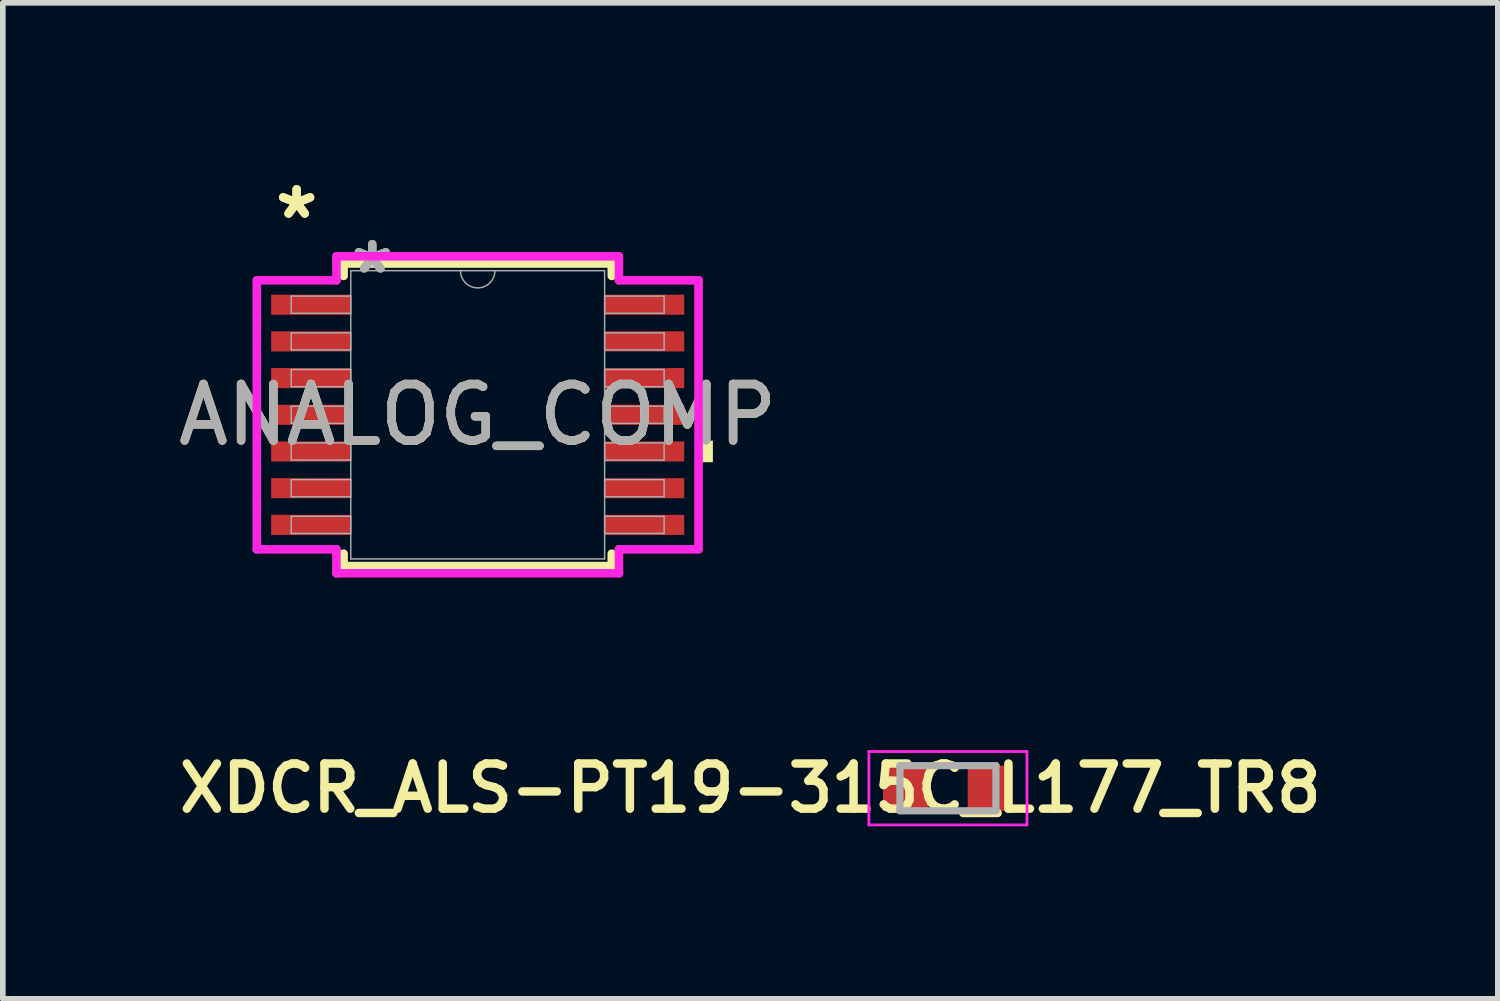
<source format=kicad_pcb>
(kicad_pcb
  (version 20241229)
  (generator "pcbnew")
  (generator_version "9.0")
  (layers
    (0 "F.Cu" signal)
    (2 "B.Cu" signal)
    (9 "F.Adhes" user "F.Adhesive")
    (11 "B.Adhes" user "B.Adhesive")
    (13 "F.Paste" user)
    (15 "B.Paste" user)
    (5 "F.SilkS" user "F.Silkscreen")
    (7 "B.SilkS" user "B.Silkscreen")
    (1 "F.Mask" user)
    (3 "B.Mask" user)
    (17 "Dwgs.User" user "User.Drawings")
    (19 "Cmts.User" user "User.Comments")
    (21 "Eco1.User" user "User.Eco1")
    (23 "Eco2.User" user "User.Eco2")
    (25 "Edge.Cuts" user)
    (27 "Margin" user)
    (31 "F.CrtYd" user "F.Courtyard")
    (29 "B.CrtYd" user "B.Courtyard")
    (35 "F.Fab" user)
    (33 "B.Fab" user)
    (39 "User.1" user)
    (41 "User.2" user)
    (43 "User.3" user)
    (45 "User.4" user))
  (footprint "ANALOG_COMP"
    (layer "F.Cu")
    (at 5.411 4.297)
    (property "Reference" "ANALOG_COMP" (at 0 0 0) (unlocked yes) (layer "F.SilkS") (effects (font (size 1 1) (thickness 0.15))))
    (attr smd)
    (fp_line (start -2.375 -2.68) (end -2.375 -2.46) (stroke (width 0.152) (type solid)) (layer "F.SilkS"))
    (fp_line (start -2.375 2.46) (end -2.375 2.68) (stroke (width 0.152) (type solid)) (layer "F.SilkS"))
    (fp_line (start -2.375 2.68) (end 2.375 2.68) (stroke (width 0.152) (type solid)) (layer "F.SilkS"))
    (fp_line (start 2.375 -2.68) (end -2.375 -2.68) (stroke (width 0.152) (type solid)) (layer "F.SilkS"))
    (fp_line (start 2.375 -2.46) (end 2.375 -2.68) (stroke (width 0.152) (type solid)) (layer "F.SilkS"))
    (fp_line (start 2.375 2.68) (end 2.375 2.46) (stroke (width 0.152) (type solid)) (layer "F.SilkS"))
    (fp_poly (pts (xy 4.166 0.459) (xy 4.166 0.84) (xy 3.912 0.84) (xy 3.912 0.459)) (stroke (width 0) (type solid)) (fill yes) (layer "F.SilkS"))
    (fp_line (start -3.912 -2.382) (end -2.502 -2.382) (stroke (width 0.152) (type solid)) (layer "F.CrtYd"))
    (fp_line (start -3.912 2.382) (end -3.912 -2.382) (stroke (width 0.152) (type solid)) (layer "F.CrtYd"))
    (fp_line (start -3.912 2.382) (end -2.502 2.382) (stroke (width 0.152) (type solid)) (layer "F.CrtYd"))
    (fp_line (start -2.502 -2.807) (end 2.502 -2.807) (stroke (width 0.152) (type solid)) (layer "F.CrtYd"))
    (fp_line (start -2.502 -2.382) (end -2.502 -2.807) (stroke (width 0.152) (type solid)) (layer "F.CrtYd"))
    (fp_line (start -2.502 2.807) (end -2.502 2.382) (stroke (width 0.152) (type solid)) (layer "F.CrtYd"))
    (fp_line (start 2.502 -2.807) (end 2.502 -2.382) (stroke (width 0.152) (type solid)) (layer "F.CrtYd"))
    (fp_line (start 2.502 2.382) (end 2.502 2.807) (stroke (width 0.152) (type solid)) (layer "F.CrtYd"))
    (fp_line (start 2.502 2.807) (end -2.502 2.807) (stroke (width 0.152) (type solid)) (layer "F.CrtYd"))
    (fp_line (start 3.912 -2.382) (end 2.502 -2.382) (stroke (width 0.152) (type solid)) (layer "F.CrtYd"))
    (fp_line (start 3.912 -2.382) (end 3.912 2.382) (stroke (width 0.152) (type solid)) (layer "F.CrtYd"))
    (fp_line (start 3.912 2.382) (end 2.502 2.382) (stroke (width 0.152) (type solid)) (layer "F.CrtYd"))
    (fp_line (start -3.302 -2.102) (end -3.302 -1.798) (stroke (width 0.025) (type solid)) (layer "F.Fab"))
    (fp_line (start -3.302 -1.798) (end -2.248 -1.798) (stroke (width 0.025) (type solid)) (layer "F.Fab"))
    (fp_line (start -3.302 -1.452) (end -3.302 -1.148) (stroke (width 0.025) (type solid)) (layer "F.Fab"))
    (fp_line (start -3.302 -1.148) (end -2.248 -1.148) (stroke (width 0.025) (type solid)) (layer "F.Fab"))
    (fp_line (start -3.302 -0.802) (end -3.302 -0.498) (stroke (width 0.025) (type solid)) (layer "F.Fab"))
    (fp_line (start -3.302 -0.498) (end -2.248 -0.498) (stroke (width 0.025) (type solid)) (layer "F.Fab"))
    (fp_line (start -3.302 -0.152) (end -3.302 0.152) (stroke (width 0.025) (type solid)) (layer "F.Fab"))
    (fp_line (start -3.302 0.152) (end -2.248 0.152) (stroke (width 0.025) (type solid)) (layer "F.Fab"))
    (fp_line (start -3.302 0.498) (end -3.302 0.802) (stroke (width 0.025) (type solid)) (layer "F.Fab"))
    (fp_line (start -3.302 0.802) (end -2.248 0.802) (stroke (width 0.025) (type solid)) (layer "F.Fab"))
    (fp_line (start -3.302 1.148) (end -3.302 1.452) (stroke (width 0.025) (type solid)) (layer "F.Fab"))
    (fp_line (start -3.302 1.452) (end -2.248 1.452) (stroke (width 0.025) (type solid)) (layer "F.Fab"))
    (fp_line (start -3.302 1.798) (end -3.302 2.102) (stroke (width 0.025) (type solid)) (layer "F.Fab"))
    (fp_line (start -3.302 2.102) (end -2.248 2.102) (stroke (width 0.025) (type solid)) (layer "F.Fab"))
    (fp_line (start -2.248 -2.553) (end -2.248 2.553) (stroke (width 0.025) (type solid)) (layer "F.Fab"))
    (fp_line (start -2.248 -2.102) (end -3.302 -2.102) (stroke (width 0.025) (type solid)) (layer "F.Fab"))
    (fp_line (start -2.248 -1.798) (end -2.248 -2.102) (stroke (width 0.025) (type solid)) (layer "F.Fab"))
    (fp_line (start -2.248 -1.452) (end -3.302 -1.452) (stroke (width 0.025) (type solid)) (layer "F.Fab"))
    (fp_line (start -2.248 -1.148) (end -2.248 -1.452) (stroke (width 0.025) (type solid)) (layer "F.Fab"))
    (fp_line (start -2.248 -0.802) (end -3.302 -0.802) (stroke (width 0.025) (type solid)) (layer "F.Fab"))
    (fp_line (start -2.248 -0.498) (end -2.248 -0.802) (stroke (width 0.025) (type solid)) (layer "F.Fab"))
    (fp_line (start -2.248 -0.152) (end -3.302 -0.152) (stroke (width 0.025) (type solid)) (layer "F.Fab"))
    (fp_line (start -2.248 0.152) (end -2.248 -0.152) (stroke (width 0.025) (type solid)) (layer "F.Fab"))
    (fp_line (start -2.248 0.498) (end -3.302 0.498) (stroke (width 0.025) (type solid)) (layer "F.Fab"))
    (fp_line (start -2.248 0.802) (end -2.248 0.498) (stroke (width 0.025) (type solid)) (layer "F.Fab"))
    (fp_line (start -2.248 1.148) (end -3.302 1.148) (stroke (width 0.025) (type solid)) (layer "F.Fab"))
    (fp_line (start -2.248 1.452) (end -2.248 1.148) (stroke (width 0.025) (type solid)) (layer "F.Fab"))
    (fp_line (start -2.248 1.798) (end -3.302 1.798) (stroke (width 0.025) (type solid)) (layer "F.Fab"))
    (fp_line (start -2.248 2.102) (end -2.248 1.798) (stroke (width 0.025) (type solid)) (layer "F.Fab"))
    (fp_line (start -2.248 2.553) (end 2.248 2.553) (stroke (width 0.025) (type solid)) (layer "F.Fab"))
    (fp_line (start 2.248 -2.553) (end -2.248 -2.553) (stroke (width 0.025) (type solid)) (layer "F.Fab"))
    (fp_line (start 2.248 -2.102) (end 2.248 -1.798) (stroke (width 0.025) (type solid)) (layer "F.Fab"))
    (fp_line (start 2.248 -1.798) (end 3.302 -1.798) (stroke (width 0.025) (type solid)) (layer "F.Fab"))
    (fp_line (start 2.248 -1.452) (end 2.248 -1.148) (stroke (width 0.025) (type solid)) (layer "F.Fab"))
    (fp_line (start 2.248 -1.148) (end 3.302 -1.148) (stroke (width 0.025) (type solid)) (layer "F.Fab"))
    (fp_line (start 2.248 -0.802) (end 2.248 -0.498) (stroke (width 0.025) (type solid)) (layer "F.Fab"))
    (fp_line (start 2.248 -0.498) (end 3.302 -0.498) (stroke (width 0.025) (type solid)) (layer "F.Fab"))
    (fp_line (start 2.248 -0.152) (end 2.248 0.152) (stroke (width 0.025) (type solid)) (layer "F.Fab"))
    (fp_line (start 2.248 0.152) (end 3.302 0.152) (stroke (width 0.025) (type solid)) (layer "F.Fab"))
    (fp_line (start 2.248 0.498) (end 2.248 0.802) (stroke (width 0.025) (type solid)) (layer "F.Fab"))
    (fp_line (start 2.248 0.802) (end 3.302 0.802) (stroke (width 0.025) (type solid)) (layer "F.Fab"))
    (fp_line (start 2.248 1.148) (end 2.248 1.452) (stroke (width 0.025) (type solid)) (layer "F.Fab"))
    (fp_line (start 2.248 1.452) (end 3.302 1.452) (stroke (width 0.025) (type solid)) (layer "F.Fab"))
    (fp_line (start 2.248 1.798) (end 2.248 2.102) (stroke (width 0.025) (type solid)) (layer "F.Fab"))
    (fp_line (start 2.248 2.102) (end 3.302 2.102) (stroke (width 0.025) (type solid)) (layer "F.Fab"))
    (fp_line (start 2.248 2.553) (end 2.248 -2.553) (stroke (width 0.025) (type solid)) (layer "F.Fab"))
    (fp_line (start 3.302 -2.102) (end 2.248 -2.102) (stroke (width 0.025) (type solid)) (layer "F.Fab"))
    (fp_line (start 3.302 -1.798) (end 3.302 -2.102) (stroke (width 0.025) (type solid)) (layer "F.Fab"))
    (fp_line (start 3.302 -1.452) (end 2.248 -1.452) (stroke (width 0.025) (type solid)) (layer "F.Fab"))
    (fp_line (start 3.302 -1.148) (end 3.302 -1.452) (stroke (width 0.025) (type solid)) (layer "F.Fab"))
    (fp_line (start 3.302 -0.802) (end 2.248 -0.802) (stroke (width 0.025) (type solid)) (layer "F.Fab"))
    (fp_line (start 3.302 -0.498) (end 3.302 -0.802) (stroke (width 0.025) (type solid)) (layer "F.Fab"))
    (fp_line (start 3.302 -0.152) (end 2.248 -0.152) (stroke (width 0.025) (type solid)) (layer "F.Fab"))
    (fp_line (start 3.302 0.152) (end 3.302 -0.152) (stroke (width 0.025) (type solid)) (layer "F.Fab"))
    (fp_line (start 3.302 0.498) (end 2.248 0.498) (stroke (width 0.025) (type solid)) (layer "F.Fab"))
    (fp_line (start 3.302 0.802) (end 3.302 0.498) (stroke (width 0.025) (type solid)) (layer "F.Fab"))
    (fp_line (start 3.302 1.148) (end 2.248 1.148) (stroke (width 0.025) (type solid)) (layer "F.Fab"))
    (fp_line (start 3.302 1.452) (end 3.302 1.148) (stroke (width 0.025) (type solid)) (layer "F.Fab"))
    (fp_line (start 3.302 1.798) (end 2.248 1.798) (stroke (width 0.025) (type solid)) (layer "F.Fab"))
    (fp_line (start 3.302 2.102) (end 3.302 1.798) (stroke (width 0.025) (type solid)) (layer "F.Fab"))
    (fp_arc (start 0.3048 -2.5527) (mid 0 -2.2479) (end -0.3048 -2.5527) (stroke (width 0.0254) (type solid)) (layer "F.Fab"))
    (fp_text user "*" (at -3.207 -3.449 0) (layer "F.SilkS") (effects (font (size 1 1) (thickness 0.15))))
    (fp_text user "*" (at -3.207 -3.449 0) (unlocked yes) (layer "F.SilkS") (effects (font (size 1 1) (thickness 0.15))))
    (fp_text user "*" (at -1.867 -2.477 0) (unlocked yes) (layer "F.Fab") (effects (font (size 1 1) (thickness 0.15))))
    (fp_text user "*" (at -1.867 -2.477 0) (layer "F.Fab") (effects (font (size 1 1) (thickness 0.15))))
    (fp_text user "${REFERENCE}" (at 0 0 0) (unlocked yes) (layer "F.Fab") (effects (font (size 1 1) (thickness 0.15))))
    (pad "1" smd rect (at -2.953 -1.95) (size 1.41 0.356) (layers "F.Cu" "F.Mask" "F.Paste"))
    (pad "2" smd rect (at -2.953 -1.3) (size 1.41 0.356) (layers "F.Cu" "F.Mask" "F.Paste"))
    (pad "3" smd rect (at -2.953 -0.65) (size 1.41 0.356) (layers "F.Cu" "F.Mask" "F.Paste"))
    (pad "4" smd rect (at -2.953 0) (size 1.41 0.356) (layers "F.Cu" "F.Mask" "F.Paste"))
    (pad "5" smd rect (at -2.953 0.65) (size 1.41 0.356) (layers "F.Cu" "F.Mask" "F.Paste"))
    (pad "6" smd rect (at -2.953 1.3) (size 1.41 0.356) (layers "F.Cu" "F.Mask" "F.Paste"))
    (pad "7" smd rect (at -2.953 1.95) (size 1.41 0.356) (layers "F.Cu" "F.Mask" "F.Paste"))
    (pad "8" smd rect (at 2.953 1.95) (size 1.41 0.356) (layers "F.Cu" "F.Mask" "F.Paste"))
    (pad "9" smd rect (at 2.953 1.3) (size 1.41 0.356) (layers "F.Cu" "F.Mask" "F.Paste"))
    (pad "10" smd rect (at 2.953 0.65) (size 1.41 0.356) (layers "F.Cu" "F.Mask" "F.Paste"))
    (pad "11" smd rect (at 2.953 0) (size 1.41 0.356) (layers "F.Cu" "F.Mask" "F.Paste"))
    (pad "12" smd rect (at 2.953 -0.65) (size 1.41 0.356) (layers "F.Cu" "F.Mask" "F.Paste"))
    (pad "13" smd rect (at 2.953 -1.3) (size 1.41 0.356) (layers "F.Cu" "F.Mask" "F.Paste"))
    (pad "14" smd rect (at 2.953 -1.95) (size 1.41 0.356) (layers "F.Cu" "F.Mask" "F.Paste")))
  (footprint "XDCR_ALS-PT19-315C_L177_TR8"
    (layer "F.Cu")
    (at 13.74 10.911)
    (property "Reference" "XDCR_ALS-PT19-315C_L177_TR8" (at -3.5 0 0) (layer "F.SilkS") (effects (font (size 0.8 0.8) (thickness 0.15))))
    (attr through_hole)
    (fp_line (start -1.4 -0.65) (end -1.4 0.65) (stroke (width 0.05) (type solid)) (layer "F.CrtYd"))
    (fp_line (start -1.4 0.65) (end 1.4 0.65) (stroke (width 0.05) (type solid)) (layer "F.CrtYd"))
    (fp_line (start 1.4 -0.65) (end -1.4 -0.65) (stroke (width 0.05) (type solid)) (layer "F.CrtYd"))
    (fp_line (start 1.4 0.65) (end 1.4 -0.65) (stroke (width 0.05) (type solid)) (layer "F.CrtYd"))
    (fp_line (start -0.85 -0.4) (end -0.85 0.4) (stroke (width 0.127) (type solid)) (layer "F.Fab"))
    (fp_line (start -0.85 0.4) (end 0.85 0.4) (stroke (width 0.127) (type solid)) (layer "F.Fab"))
    (fp_line (start 0.85 -0.4) (end -0.85 -0.4) (stroke (width 0.127) (type solid)) (layer "F.Fab"))
    (fp_line (start 0.85 0.4) (end 0.85 -0.4) (stroke (width 0.127) (type solid)) (layer "F.Fab"))
    (pad "1" smd rect (at -0.75 0) (size 0.8 0.8) (layers "F.Cu" "F.Mask" "F.Paste"))
    (pad "2" smd rect (at 0.75 0) (size 0.8 0.8) (layers "F.Cu" "F.Mask" "F.Paste")))
  (gr_rect
    (start -3 -3)
    (end 23.48 14.642)
    (stroke (width 0.1) (type default))
    (fill no)
    (layer "Edge.Cuts")))
</source>
